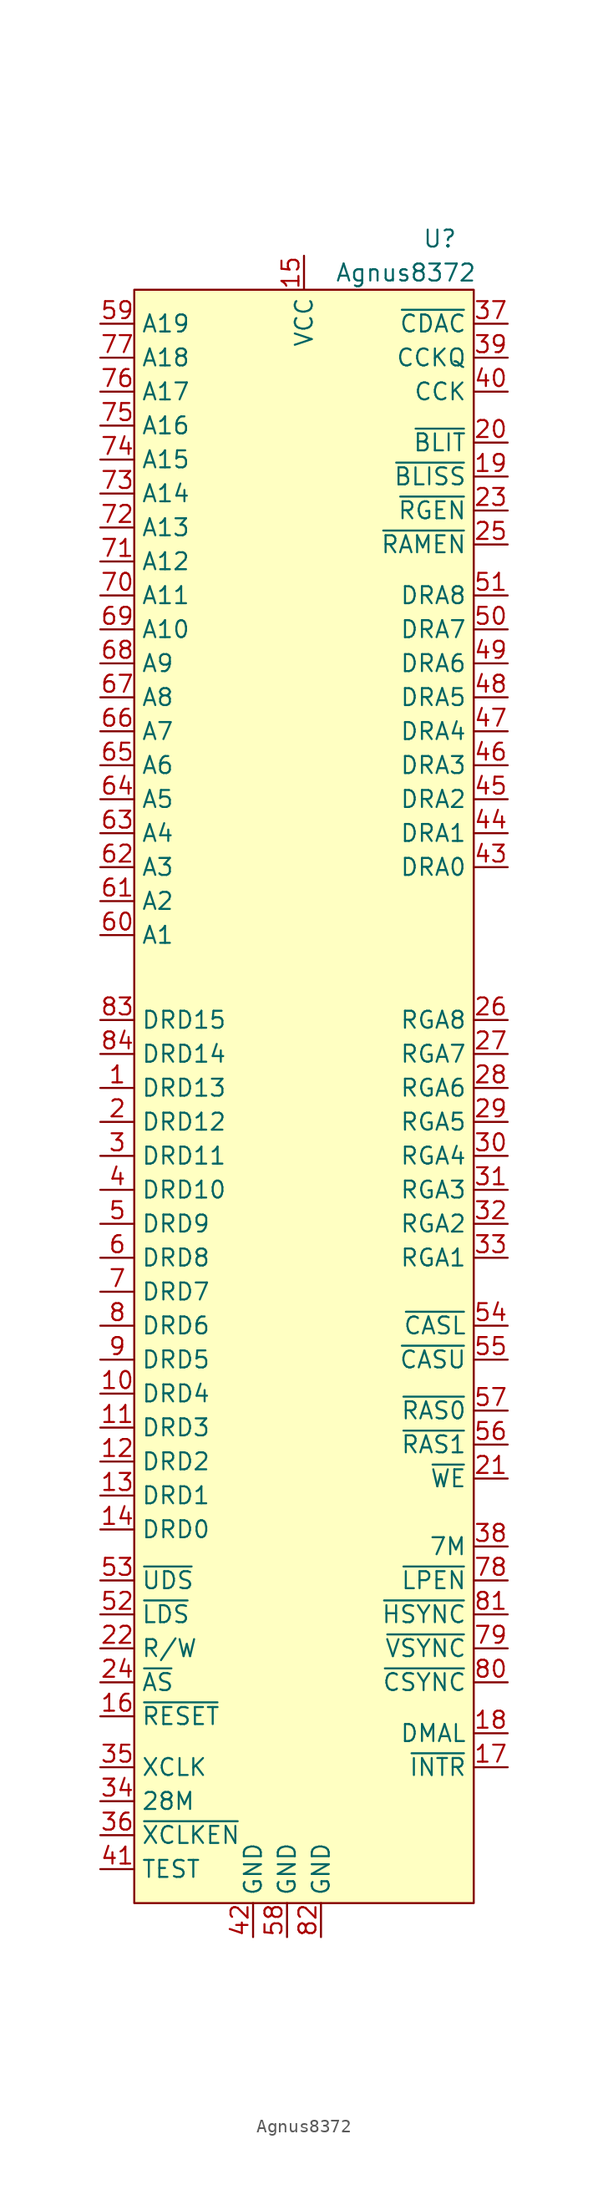
<source format=kicad_sym>
(kicad_symbol_lib
  (version 20201005)
  (generator kicad_symbol_editor)
  (symbol "A500:Agnus8372"
    (property "Reference" "U"
      (at 10.16 54.61 0)
      (effects (font (size 1.27 1.27))))
    (property "Value" "Agnus8372"
      (at 7.62 52.07 0)
      (effects (font (size 1.27 1.27))))
    (symbol "Agnus8372_0_1"
      (rectangle (start -12.7 50.8) (end 12.7 -69.85) (stroke (width 0.152)) (fill (type background))))
    (symbol "Agnus8372_1_1"
      (pin input line (at -15.24 -8.89 0) (length 2.54) (name "DRD13" (effects (font (size 1.27 1.27)))) (number "1" (effects (font (size 1.27 1.27)))))
      (pin input line (at -15.24 -31.75 0) (length 2.54) (name "DRD4" (effects (font (size 1.27 1.27)))) (number "10" (effects (font (size 1.27 1.27)))))
      (pin input line (at -15.24 -34.29 0) (length 2.54) (name "DRD3" (effects (font (size 1.27 1.27)))) (number "11" (effects (font (size 1.27 1.27)))))
      (pin input line (at -15.24 -36.83 0) (length 2.54) (name "DRD2" (effects (font (size 1.27 1.27)))) (number "12" (effects (font (size 1.27 1.27)))))
      (pin input line (at -15.24 -39.37 0) (length 2.54) (name "DRD1" (effects (font (size 1.27 1.27)))) (number "13" (effects (font (size 1.27 1.27)))))
      (pin input line (at -15.24 -41.91 0) (length 2.54) (name "DRD0" (effects (font (size 1.27 1.27)))) (number "14" (effects (font (size 1.27 1.27)))))
      (pin power_in line (at 0 53.34 270) (length 2.54) (name "VCC" (effects (font (size 1.27 1.27)))) (number "15" (effects (font (size 1.27 1.27)))))
      (pin input line (at -15.24 -55.88 0) (length 2.54) (name "~RESET" (effects (font (size 1.27 1.27)))) (number "16" (effects (font (size 1.27 1.27)))))
      (pin input line (at 15.24 -59.69 180) (length 2.54) (name "~INTR" (effects (font (size 1.27 1.27)))) (number "17" (effects (font (size 1.27 1.27)))))
      (pin input line (at 15.24 -57.15 180) (length 2.54) (name "DMAL" (effects (font (size 1.27 1.27)))) (number "18" (effects (font (size 1.27 1.27)))))
      (pin input line (at 15.24 36.83 180) (length 2.54) (name "~BLISS" (effects (font (size 1.27 1.27)))) (number "19" (effects (font (size 1.27 1.27)))))
      (pin input line (at -15.24 -11.43 0) (length 2.54) (name "DRD12" (effects (font (size 1.27 1.27)))) (number "2" (effects (font (size 1.27 1.27)))))
      (pin input line (at 15.24 39.37 180) (length 2.54) (name "~BLIT" (effects (font (size 1.27 1.27)))) (number "20" (effects (font (size 1.27 1.27)))))
      (pin input line (at 15.24 -38.1 180) (length 2.54) (name "~WE" (effects (font (size 1.27 1.27)))) (number "21" (effects (font (size 1.27 1.27)))))
      (pin input line (at -15.24 -50.8 0) (length 2.54) (name "R/W" (effects (font (size 1.27 1.27)))) (number "22" (effects (font (size 1.27 1.27)))))
      (pin input line (at 15.24 34.29 180) (length 2.54) (name "~RGEN" (effects (font (size 1.27 1.27)))) (number "23" (effects (font (size 1.27 1.27)))))
      (pin input line (at -15.24 -53.34 0) (length 2.54) (name "~AS" (effects (font (size 1.27 1.27)))) (number "24" (effects (font (size 1.27 1.27)))))
      (pin input line (at 15.24 31.75 180) (length 2.54) (name "~RAMEN" (effects (font (size 1.27 1.27)))) (number "25" (effects (font (size 1.27 1.27)))))
      (pin input line (at 15.24 -3.81 180) (length 2.54) (name "RGA8" (effects (font (size 1.27 1.27)))) (number "26" (effects (font (size 1.27 1.27)))))
      (pin input line (at 15.24 -6.35 180) (length 2.54) (name "RGA7" (effects (font (size 1.27 1.27)))) (number "27" (effects (font (size 1.27 1.27)))))
      (pin input line (at 15.24 -8.89 180) (length 2.54) (name "RGA6" (effects (font (size 1.27 1.27)))) (number "28" (effects (font (size 1.27 1.27)))))
      (pin input line (at 15.24 -11.43 180) (length 2.54) (name "RGA5" (effects (font (size 1.27 1.27)))) (number "29" (effects (font (size 1.27 1.27)))))
      (pin input line (at -15.24 -13.97 0) (length 2.54) (name "DRD11" (effects (font (size 1.27 1.27)))) (number "3" (effects (font (size 1.27 1.27)))))
      (pin input line (at 15.24 -13.97 180) (length 2.54) (name "RGA4" (effects (font (size 1.27 1.27)))) (number "30" (effects (font (size 1.27 1.27)))))
      (pin input line (at 15.24 -16.51 180) (length 2.54) (name "RGA3" (effects (font (size 1.27 1.27)))) (number "31" (effects (font (size 1.27 1.27)))))
      (pin input line (at 15.24 -19.05 180) (length 2.54) (name "RGA2" (effects (font (size 1.27 1.27)))) (number "32" (effects (font (size 1.27 1.27)))))
      (pin input line (at 15.24 -21.59 180) (length 2.54) (name "RGA1" (effects (font (size 1.27 1.27)))) (number "33" (effects (font (size 1.27 1.27)))))
      (pin input line (at -15.24 -62.23 0) (length 2.54) (name "28M" (effects (font (size 1.27 1.27)))) (number "34" (effects (font (size 1.27 1.27)))))
      (pin input line (at -15.24 -59.69 0) (length 2.54) (name "XCLK" (effects (font (size 1.27 1.27)))) (number "35" (effects (font (size 1.27 1.27)))))
      (pin input line (at -15.24 -64.77 0) (length 2.54) (name "~XCLKEN" (effects (font (size 1.27 1.27)))) (number "36" (effects (font (size 1.27 1.27)))))
      (pin input line (at 15.24 48.26 180) (length 2.54) (name "~CDAC" (effects (font (size 1.27 1.27)))) (number "37" (effects (font (size 1.27 1.27)))))
      (pin input line (at 15.24 -43.18 180) (length 2.54) (name "7M" (effects (font (size 1.27 1.27)))) (number "38" (effects (font (size 1.27 1.27)))))
      (pin input line (at 15.24 45.72 180) (length 2.54) (name "CCKQ" (effects (font (size 1.27 1.27)))) (number "39" (effects (font (size 1.27 1.27)))))
      (pin input line (at -15.24 -16.51 0) (length 2.54) (name "DRD10" (effects (font (size 1.27 1.27)))) (number "4" (effects (font (size 1.27 1.27)))))
      (pin input line (at 15.24 43.18 180) (length 2.54) (name "CCK" (effects (font (size 1.27 1.27)))) (number "40" (effects (font (size 1.27 1.27)))))
      (pin input line (at -15.24 -67.31 0) (length 2.54) (name "TEST" (effects (font (size 1.27 1.27)))) (number "41" (effects (font (size 1.27 1.27)))))
      (pin power_in line (at -3.81 -72.39 90) (length 2.54) (name "GND" (effects (font (size 1.27 1.27)))) (number "42" (effects (font (size 1.27 1.27)))))
      (pin input line (at 15.24 7.62 180) (length 2.54) (name "DRA0" (effects (font (size 1.27 1.27)))) (number "43" (effects (font (size 1.27 1.27)))))
      (pin input line (at 15.24 10.16 180) (length 2.54) (name "DRA1" (effects (font (size 1.27 1.27)))) (number "44" (effects (font (size 1.27 1.27)))))
      (pin input line (at 15.24 12.7 180) (length 2.54) (name "DRA2" (effects (font (size 1.27 1.27)))) (number "45" (effects (font (size 1.27 1.27)))))
      (pin input line (at 15.24 15.24 180) (length 2.54) (name "DRA3" (effects (font (size 1.27 1.27)))) (number "46" (effects (font (size 1.27 1.27)))))
      (pin input line (at 15.24 17.78 180) (length 2.54) (name "DRA4" (effects (font (size 1.27 1.27)))) (number "47" (effects (font (size 1.27 1.27)))))
      (pin input line (at 15.24 20.32 180) (length 2.54) (name "DRA5" (effects (font (size 1.27 1.27)))) (number "48" (effects (font (size 1.27 1.27)))))
      (pin input line (at 15.24 22.86 180) (length 2.54) (name "DRA6" (effects (font (size 1.27 1.27)))) (number "49" (effects (font (size 1.27 1.27)))))
      (pin input line (at -15.24 -19.05 0) (length 2.54) (name "DRD9" (effects (font (size 1.27 1.27)))) (number "5" (effects (font (size 1.27 1.27)))))
      (pin input line (at 15.24 25.4 180) (length 2.54) (name "DRA7" (effects (font (size 1.27 1.27)))) (number "50" (effects (font (size 1.27 1.27)))))
      (pin input line (at 15.24 27.94 180) (length 2.54) (name "DRA8" (effects (font (size 1.27 1.27)))) (number "51" (effects (font (size 1.27 1.27)))))
      (pin input line (at -15.24 -48.26 0) (length 2.54) (name "~LDS" (effects (font (size 1.27 1.27)))) (number "52" (effects (font (size 1.27 1.27)))))
      (pin input line (at -15.24 -45.72 0) (length 2.54) (name "~UDS" (effects (font (size 1.27 1.27)))) (number "53" (effects (font (size 1.27 1.27)))))
      (pin input line (at 15.24 -26.67 180) (length 2.54) (name "~CASL" (effects (font (size 1.27 1.27)))) (number "54" (effects (font (size 1.27 1.27)))))
      (pin input line (at 15.24 -29.21 180) (length 2.54) (name "~CASU" (effects (font (size 1.27 1.27)))) (number "55" (effects (font (size 1.27 1.27)))))
      (pin input line (at 15.24 -35.56 180) (length 2.54) (name "~RAS1" (effects (font (size 1.27 1.27)))) (number "56" (effects (font (size 1.27 1.27)))))
      (pin input line (at 15.24 -33.02 180) (length 2.54) (name "~RAS0" (effects (font (size 1.27 1.27)))) (number "57" (effects (font (size 1.27 1.27)))))
      (pin power_in line (at -1.27 -72.39 90) (length 2.54) (name "GND" (effects (font (size 1.27 1.27)))) (number "58" (effects (font (size 1.27 1.27)))))
      (pin input line (at -15.24 48.26 0) (length 2.54) (name "A19" (effects (font (size 1.27 1.27)))) (number "59" (effects (font (size 1.27 1.27)))))
      (pin input line (at -15.24 -21.59 0) (length 2.54) (name "DRD8" (effects (font (size 1.27 1.27)))) (number "6" (effects (font (size 1.27 1.27)))))
      (pin input line (at -15.24 2.54 0) (length 2.54) (name "A1" (effects (font (size 1.27 1.27)))) (number "60" (effects (font (size 1.27 1.27)))))
      (pin input line (at -15.24 5.08 0) (length 2.54) (name "A2" (effects (font (size 1.27 1.27)))) (number "61" (effects (font (size 1.27 1.27)))))
      (pin input line (at -15.24 7.62 0) (length 2.54) (name "A3" (effects (font (size 1.27 1.27)))) (number "62" (effects (font (size 1.27 1.27)))))
      (pin input line (at -15.24 10.16 0) (length 2.54) (name "A4" (effects (font (size 1.27 1.27)))) (number "63" (effects (font (size 1.27 1.27)))))
      (pin input line (at -15.24 12.7 0) (length 2.54) (name "A5" (effects (font (size 1.27 1.27)))) (number "64" (effects (font (size 1.27 1.27)))))
      (pin input line (at -15.24 15.24 0) (length 2.54) (name "A6" (effects (font (size 1.27 1.27)))) (number "65" (effects (font (size 1.27 1.27)))))
      (pin input line (at -15.24 17.78 0) (length 2.54) (name "A7" (effects (font (size 1.27 1.27)))) (number "66" (effects (font (size 1.27 1.27)))))
      (pin input line (at -15.24 20.32 0) (length 2.54) (name "A8" (effects (font (size 1.27 1.27)))) (number "67" (effects (font (size 1.27 1.27)))))
      (pin input line (at -15.24 22.86 0) (length 2.54) (name "A9" (effects (font (size 1.27 1.27)))) (number "68" (effects (font (size 1.27 1.27)))))
      (pin input line (at -15.24 25.4 0) (length 2.54) (name "A10" (effects (font (size 1.27 1.27)))) (number "69" (effects (font (size 1.27 1.27)))))
      (pin input line (at -15.24 -24.13 0) (length 2.54) (name "DRD7" (effects (font (size 1.27 1.27)))) (number "7" (effects (font (size 1.27 1.27)))))
      (pin input line (at -15.24 27.94 0) (length 2.54) (name "A11" (effects (font (size 1.27 1.27)))) (number "70" (effects (font (size 1.27 1.27)))))
      (pin input line (at -15.24 30.48 0) (length 2.54) (name "A12" (effects (font (size 1.27 1.27)))) (number "71" (effects (font (size 1.27 1.27)))))
      (pin input line (at -15.24 33.02 0) (length 2.54) (name "A13" (effects (font (size 1.27 1.27)))) (number "72" (effects (font (size 1.27 1.27)))))
      (pin input line (at -15.24 35.56 0) (length 2.54) (name "A14" (effects (font (size 1.27 1.27)))) (number "73" (effects (font (size 1.27 1.27)))))
      (pin input line (at -15.24 38.1 0) (length 2.54) (name "A15" (effects (font (size 1.27 1.27)))) (number "74" (effects (font (size 1.27 1.27)))))
      (pin input line (at -15.24 40.64 0) (length 2.54) (name "A16" (effects (font (size 1.27 1.27)))) (number "75" (effects (font (size 1.27 1.27)))))
      (pin input line (at -15.24 43.18 0) (length 2.54) (name "A17" (effects (font (size 1.27 1.27)))) (number "76" (effects (font (size 1.27 1.27)))))
      (pin input line (at -15.24 45.72 0) (length 2.54) (name "A18" (effects (font (size 1.27 1.27)))) (number "77" (effects (font (size 1.27 1.27)))))
      (pin input line (at 15.24 -45.72 180) (length 2.54) (name "~LPEN" (effects (font (size 1.27 1.27)))) (number "78" (effects (font (size 1.27 1.27)))))
      (pin input line (at 15.24 -50.8 180) (length 2.54) (name "~VSYNC" (effects (font (size 1.27 1.27)))) (number "79" (effects (font (size 1.27 1.27)))))
      (pin input line (at -15.24 -26.67 0) (length 2.54) (name "DRD6" (effects (font (size 1.27 1.27)))) (number "8" (effects (font (size 1.27 1.27)))))
      (pin input line (at 15.24 -53.34 180) (length 2.54) (name "~CSYNC" (effects (font (size 1.27 1.27)))) (number "80" (effects (font (size 1.27 1.27)))))
      (pin input line (at 15.24 -48.26 180) (length 2.54) (name "~HSYNC" (effects (font (size 1.27 1.27)))) (number "81" (effects (font (size 1.27 1.27)))))
      (pin power_in line (at 1.27 -72.39 90) (length 2.54) (name "GND" (effects (font (size 1.27 1.27)))) (number "82" (effects (font (size 1.27 1.27)))))
      (pin input line (at -15.24 -3.81 0) (length 2.54) (name "DRD15" (effects (font (size 1.27 1.27)))) (number "83" (effects (font (size 1.27 1.27)))))
      (pin input line (at -15.24 -6.35 0) (length 2.54) (name "DRD14" (effects (font (size 1.27 1.27)))) (number "84" (effects (font (size 1.27 1.27)))))
      (pin input line (at -15.24 -29.21 0) (length 2.54) (name "DRD5" (effects (font (size 1.27 1.27)))) (number "9" (effects (font (size 1.27 1.27))))))))
</source>
